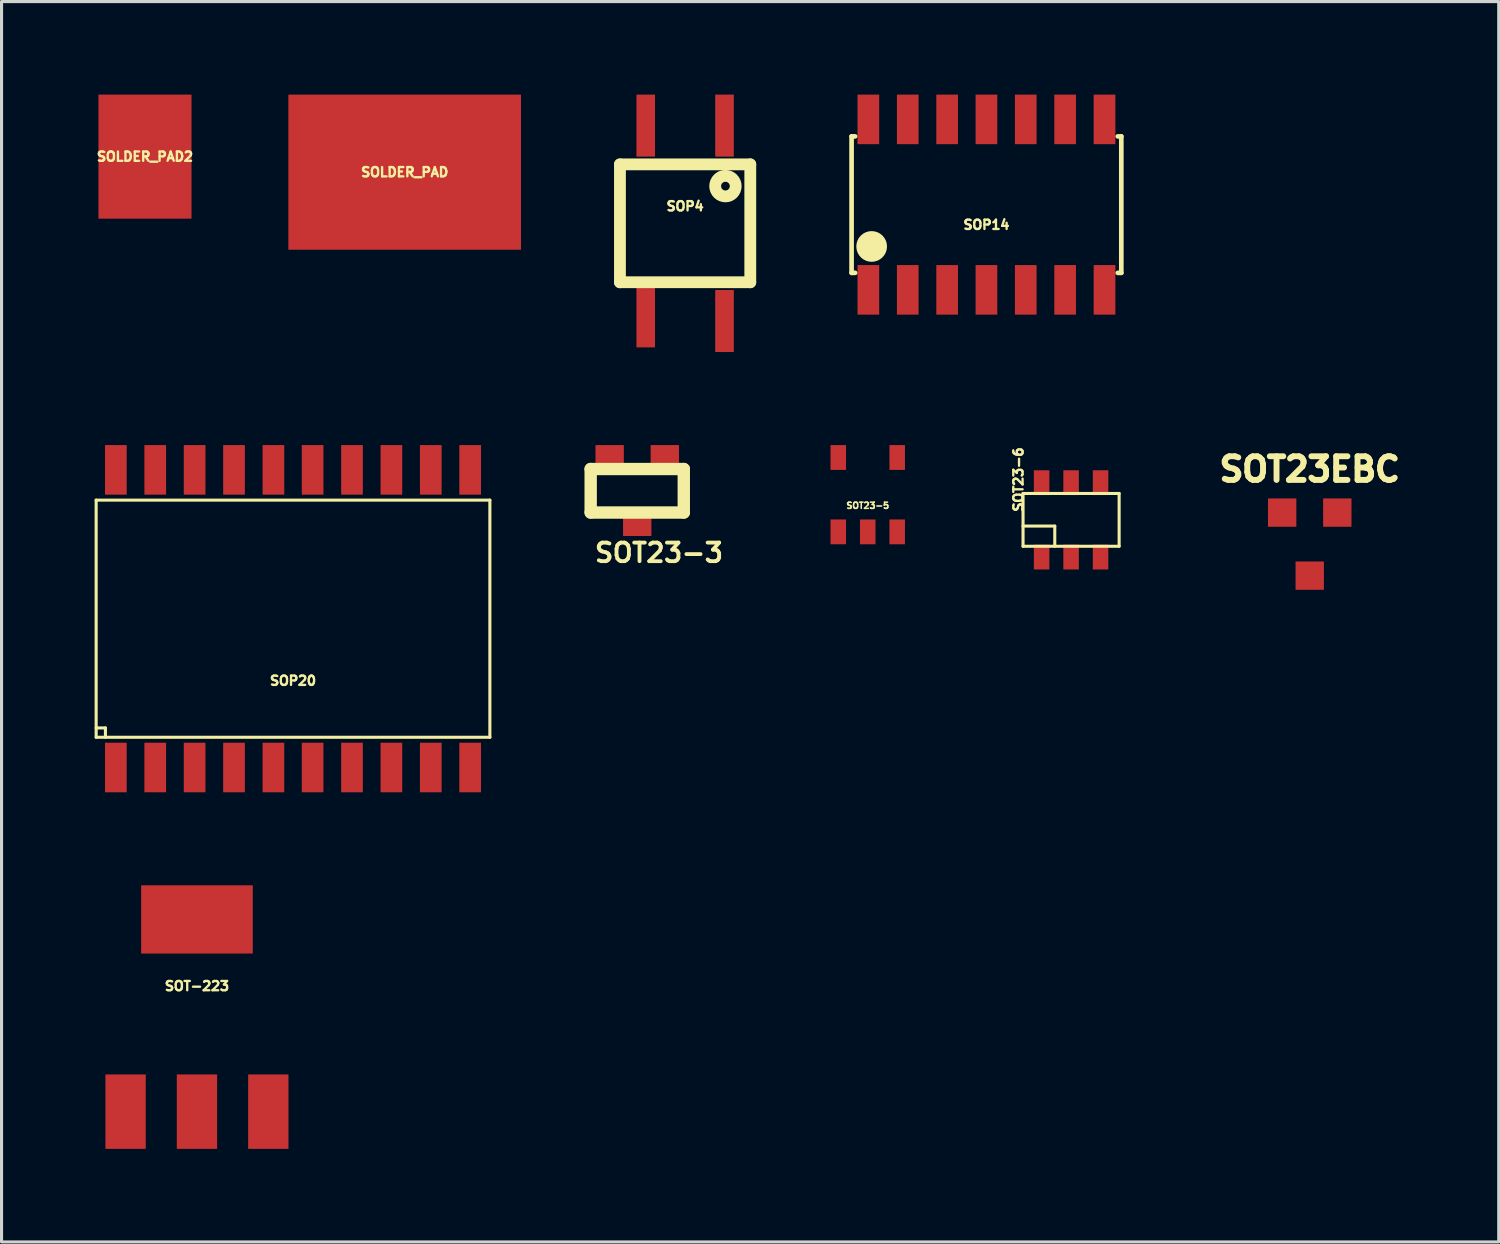
<source format=kicad_pcb>
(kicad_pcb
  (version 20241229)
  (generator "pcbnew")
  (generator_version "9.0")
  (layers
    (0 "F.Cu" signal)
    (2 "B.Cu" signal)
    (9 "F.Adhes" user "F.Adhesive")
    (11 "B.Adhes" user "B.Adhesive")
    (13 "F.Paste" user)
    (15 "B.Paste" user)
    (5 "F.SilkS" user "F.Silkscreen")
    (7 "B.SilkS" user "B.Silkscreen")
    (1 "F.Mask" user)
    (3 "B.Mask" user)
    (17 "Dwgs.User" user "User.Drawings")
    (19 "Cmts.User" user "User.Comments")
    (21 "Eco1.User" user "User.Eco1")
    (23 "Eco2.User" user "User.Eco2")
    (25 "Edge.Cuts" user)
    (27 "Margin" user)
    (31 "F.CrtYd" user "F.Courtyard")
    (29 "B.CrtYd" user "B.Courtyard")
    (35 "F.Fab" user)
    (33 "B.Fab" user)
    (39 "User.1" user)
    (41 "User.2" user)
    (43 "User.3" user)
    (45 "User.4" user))
  (footprint "SOP14"
    (layer "F.Cu")
    (at 28.754 3.547)
    (property "Reference" "SOP14" (at 0 0.65 0) (layer "F.SilkS") (effects (font (size 0.3 0.3) (thickness 0.076))))
    (attr through_hole)
    (fp_line (start -4.348 -2.2) (end -4.348 2.2) (stroke (width 0.15) (type solid)) (layer "F.SilkS"))
    (fp_line (start -4.348 -2.2) (end -4.234 -2.2) (stroke (width 0.15) (type solid)) (layer "F.SilkS"))
    (fp_line (start -4.348 2.2) (end -4.234 2.2) (stroke (width 0.15) (type solid)) (layer "F.SilkS"))
    (fp_line (start -3.701 1.346) (end -3.701 1.346) (stroke (width 0.3) (type solid)) (layer "F.SilkS"))
    (fp_line (start 4.234 -2.2) (end 4.348 -2.2) (stroke (width 0.15) (type solid)) (layer "F.SilkS"))
    (fp_line (start 4.234 2.2) (end 4.348 2.2) (stroke (width 0.15) (type solid)) (layer "F.SilkS"))
    (fp_line (start 4.348 -2.2) (end 4.348 2.2) (stroke (width 0.15) (type solid)) (layer "F.SilkS"))
    (fp_circle (center -3.701 1.349) (end -3.599 1.4) (stroke (width 0.381) (type solid)) (fill no) (layer "F.SilkS"))
    (fp_circle (center -3.701 1.349) (end -3.5 1.45) (stroke (width 0.381) (type solid)) (fill no) (layer "F.SilkS"))
    (pad "1" smd rect (at -3.807 2.748 180) (size 0.699 1.598) (layers "F.Cu" "F.Mask" "F.Paste"))
    (pad "2" smd rect (at -2.537 2.748 180) (size 0.699 1.598) (layers "F.Cu" "F.Mask" "F.Paste"))
    (pad "3" smd rect (at -1.267 2.748 180) (size 0.699 1.598) (layers "F.Cu" "F.Mask" "F.Paste"))
    (pad "4" smd rect (at 0 2.748 180) (size 0.699 1.598) (layers "F.Cu" "F.Mask" "F.Paste"))
    (pad "5" smd rect (at 1.267 2.748 180) (size 0.699 1.598) (layers "F.Cu" "F.Mask" "F.Paste"))
    (pad "6" smd rect (at 2.537 2.748 180) (size 0.699 1.598) (layers "F.Cu" "F.Mask" "F.Paste"))
    (pad "7" smd rect (at 3.807 2.748 180) (size 0.699 1.598) (layers "F.Cu" "F.Mask" "F.Paste"))
    (pad "8" smd rect (at 3.807 -2.748) (size 0.699 1.598) (layers "F.Cu" "F.Mask" "F.Paste"))
    (pad "9" smd rect (at 2.537 -2.748) (size 0.699 1.598) (layers "F.Cu" "F.Mask" "F.Paste"))
    (pad "10" smd rect (at 1.267 -2.748) (size 0.699 1.598) (layers "F.Cu" "F.Mask" "F.Paste"))
    (pad "11" smd rect (at 0 -2.748) (size 0.699 1.598) (layers "F.Cu" "F.Mask" "F.Paste"))
    (pad "12" smd rect (at -1.267 -2.748) (size 0.699 1.598) (layers "F.Cu" "F.Mask" "F.Paste"))
    (pad "13" smd rect (at -2.537 -2.748) (size 0.699 1.598) (layers "F.Cu" "F.Mask" "F.Paste"))
    (pad "14" smd rect (at -3.807 -2.748) (size 0.699 1.598) (layers "F.Cu" "F.Mask" "F.Paste")))
  (footprint "SOT23-6"
    (layer "F.Cu")
    (at 31.483 13.711)
    (property "Reference" "SOT23-6" (at -1.699 -1.3 90) (layer "F.SilkS") (effects (font (size 0.3 0.3) (thickness 0.076))))
    (attr through_hole)
    (fp_line (start -1.549 -0.851) (end 1.549 -0.851) (stroke (width 0.099) (type solid)) (layer "F.SilkS"))
    (fp_line (start -1.549 0.201) (end -0.526 0.201) (stroke (width 0.099) (type solid)) (layer "F.SilkS"))
    (fp_line (start -1.549 0.851) (end -1.549 -0.851) (stroke (width 0.099) (type solid)) (layer "F.SilkS"))
    (fp_line (start -0.526 0.201) (end -0.526 0.851) (stroke (width 0.099) (type solid)) (layer "F.SilkS"))
    (fp_line (start 1.549 -0.851) (end 1.549 0.851) (stroke (width 0.099) (type solid)) (layer "F.SilkS"))
    (fp_line (start 1.549 0.851) (end -1.549 0.851) (stroke (width 0.099) (type solid)) (layer "F.SilkS"))
    (pad "1" smd rect (at -0.95 1.199) (size 0.5 0.8) (layers "F.Cu" "F.Mask" "F.Paste"))
    (pad "2" smd rect (at 0 1.199) (size 0.5 0.8) (layers "F.Cu" "F.Mask" "F.Paste"))
    (pad "3" smd rect (at 0.95 1.199) (size 0.5 0.8) (layers "F.Cu" "F.Mask" "F.Paste"))
    (pad "4" smd rect (at 0.95 -1.199) (size 0.5 0.8) (layers "F.Cu" "F.Mask" "F.Paste"))
    (pad "5" smd rect (at 0 -1.199) (size 0.5 0.8) (layers "F.Cu" "F.Mask" "F.Paste"))
    (pad "6" smd rect (at -0.95 -1.199) (size 0.5 0.8) (layers "F.Cu" "F.Mask" "F.Paste")))
  (footprint "SOT23-3"
    (layer "F.Cu")
    (at 17.495 12.773)
    (property "Reference" "SOT23-3" (at 0.701 1.999 0) (layer "F.SilkS") (effects (font (size 0.599 0.599) (thickness 0.124))))
    (attr through_hole)
    (fp_line (start -1.501 -0.701) (end 1.501 -0.701) (stroke (width 0.399) (type solid)) (layer "F.SilkS"))
    (fp_line (start -1.501 0.701) (end -1.501 -0.701) (stroke (width 0.399) (type solid)) (layer "F.SilkS"))
    (fp_line (start 1.501 -0.701) (end 1.501 0.701) (stroke (width 0.399) (type solid)) (layer "F.SilkS"))
    (fp_line (start 1.501 0.701) (end -1.501 0.701) (stroke (width 0.399) (type solid)) (layer "F.SilkS"))
    (pad "1" smd rect (at 0.889 -1.016) (size 0.914 0.914) (layers "F.Cu" "F.Mask" "F.Paste"))
    (pad "2" smd rect (at -0.889 -1.016) (size 0.914 0.914) (layers "F.Cu" "F.Mask" "F.Paste"))
    (pad "3" smd rect (at 0 1.001) (size 0.914 0.914) (layers "F.Cu" "F.Mask" "F.Paste")))
  (footprint "SOT23-5"
    (layer "F.Cu")
    (at 24.927 12.899)
    (property "Reference" "SOT23-5" (at 0 0.351 0) (layer "F.SilkS") (effects (font (size 0.2 0.2) (thickness 0.05))))
    (attr smd)
    (fp_line (start -1.549 -0.851) (end 1.549 -0.851) (stroke (width 0.001) (type solid)) (layer "F.SilkS"))
    (fp_line (start -1.549 0.851) (end -1.549 -0.851) (stroke (width 0.001) (type solid)) (layer "F.SilkS"))
    (fp_line (start 1.549 -0.851) (end 1.549 0.851) (stroke (width 0.001) (type solid)) (layer "F.SilkS"))
    (fp_line (start 1.549 0.851) (end -1.549 0.851) (stroke (width 0.001) (type solid)) (layer "F.SilkS"))
    (pad "1" smd rect (at -0.95 1.199) (size 0.5 0.8) (layers "F.Cu" "F.Mask" "F.Paste"))
    (pad "2" smd rect (at 0 1.199) (size 0.5 0.8) (layers "F.Cu" "F.Mask" "F.Paste"))
    (pad "3" smd rect (at 0.95 1.199) (size 0.5 0.8) (layers "F.Cu" "F.Mask" "F.Paste"))
    (pad "4" smd rect (at 0.95 -1.199) (size 0.5 0.8) (layers "F.Cu" "F.Mask" "F.Paste"))
    (pad "5" smd rect (at -0.95 -1.199) (size 0.5 0.8) (layers "F.Cu" "F.Mask" "F.Paste")))
  (footprint "SOT23EBC"
    (layer "F.Cu")
    (at 39.177 14.493)
    (property "Reference" "SOT23EBC" (at 0 -2.413 0) (layer "F.SilkS") (effects (font (size 0.762 0.762) (thickness 0.203))))
    (attr smd)
    (fp_line (start -1.524 -0.381) (end 1.524 -0.381) (stroke (width 0.001) (type solid)) (layer "F.SilkS"))
    (fp_line (start -1.524 0.381) (end -1.524 -0.381) (stroke (width 0.001) (type solid)) (layer "F.SilkS"))
    (fp_line (start 1.524 -0.381) (end 1.524 0.381) (stroke (width 0.001) (type solid)) (layer "F.SilkS"))
    (fp_line (start 1.524 0.381) (end -1.524 0.381) (stroke (width 0.001) (type solid)) (layer "F.SilkS"))
    (pad "1" smd rect (at -0.889 -1.016) (size 0.914 0.914) (layers "F.Cu" "F.Mask" "F.Paste"))
    (pad "2" smd rect (at 0.889 -1.016) (size 0.914 0.914) (layers "F.Cu" "F.Mask" "F.Paste"))
    (pad "3" smd rect (at 0 1.016) (size 0.914 0.914) (layers "F.Cu" "F.Mask" "F.Paste")))
  (footprint "SOLDER_PAD2"
    (layer "F.Cu")
    (at 1.624 2)
    (property "Reference" "SOLDER_PAD2" (at 0 0 0) (layer "F.SilkS") (effects (font (size 0.3 0.3) (thickness 0.076))))
    (attr through_hole)
    (pad "1" smd rect (at 0 0) (size 3 4) (layers "F.Cu" "F.Mask" "F.Paste")))
  (footprint "SOP20"
    (layer "F.Cu")
    (at 6.397 16.897)
    (property "Reference" "SOP20" (at 0 2 0) (layer "F.SilkS") (effects (font (size 0.3 0.3) (thickness 0.075))))
    (attr through_hole)
    (fp_line (start -6.347 -3.823) (end -6.347 3.823) (stroke (width 0.099) (type solid)) (layer "F.SilkS"))
    (fp_line (start -6.347 -3.823) (end 6.347 -3.823) (stroke (width 0.099) (type solid)) (layer "F.SilkS"))
    (fp_line (start -6.347 3.523) (end -6.048 3.523) (stroke (width 0.099) (type solid)) (layer "F.SilkS"))
    (fp_line (start -6.347 3.823) (end 6.347 3.823) (stroke (width 0.099) (type solid)) (layer "F.SilkS"))
    (fp_line (start -6.048 3.523) (end -6.048 3.823) (stroke (width 0.099) (type solid)) (layer "F.SilkS"))
    (fp_line (start 6.347 -3.823) (end 6.347 3.823) (stroke (width 0.099) (type solid)) (layer "F.SilkS"))
    (pad "1" smd rect (at -5.712 4.798 180) (size 0.699 1.598) (layers "F.Cu" "F.Mask" "F.Paste"))
    (pad "2" smd rect (at -4.442 4.798 180) (size 0.699 1.598) (layers "F.Cu" "F.Mask" "F.Paste"))
    (pad "3" smd rect (at -3.172 4.798 180) (size 0.699 1.598) (layers "F.Cu" "F.Mask" "F.Paste"))
    (pad "4" smd rect (at -1.902 4.798 180) (size 0.699 1.598) (layers "F.Cu" "F.Mask" "F.Paste"))
    (pad "5" smd rect (at -0.632 4.798 180) (size 0.699 1.598) (layers "F.Cu" "F.Mask" "F.Paste"))
    (pad "6" smd rect (at 0.632 4.798 180) (size 0.699 1.598) (layers "F.Cu" "F.Mask" "F.Paste"))
    (pad "7" smd rect (at 1.902 4.798 180) (size 0.699 1.598) (layers "F.Cu" "F.Mask" "F.Paste"))
    (pad "8" smd rect (at 3.172 4.798 180) (size 0.699 1.598) (layers "F.Cu" "F.Mask" "F.Paste"))
    (pad "9" smd rect (at 4.442 4.798 180) (size 0.699 1.598) (layers "F.Cu" "F.Mask" "F.Paste"))
    (pad "10" smd rect (at 5.712 4.798 180) (size 0.699 1.598) (layers "F.Cu" "F.Mask" "F.Paste"))
    (pad "11" smd rect (at 5.712 -4.798) (size 0.699 1.598) (layers "F.Cu" "F.Mask" "F.Paste"))
    (pad "12" smd rect (at 4.442 -4.798) (size 0.699 1.598) (layers "F.Cu" "F.Mask" "F.Paste"))
    (pad "13" smd rect (at 3.172 -4.798) (size 0.699 1.598) (layers "F.Cu" "F.Mask" "F.Paste"))
    (pad "14" smd rect (at 1.902 -4.798) (size 0.699 1.598) (layers "F.Cu" "F.Mask" "F.Paste"))
    (pad "15" smd rect (at 0.632 -4.798) (size 0.699 1.598) (layers "F.Cu" "F.Mask" "F.Paste"))
    (pad "16" smd rect (at -0.632 -4.798) (size 0.699 1.598) (layers "F.Cu" "F.Mask" "F.Paste"))
    (pad "17" smd rect (at -1.902 -4.798) (size 0.699 1.598) (layers "F.Cu" "F.Mask" "F.Paste"))
    (pad "18" smd rect (at -3.172 -4.798) (size 0.699 1.598) (layers "F.Cu" "F.Mask" "F.Paste"))
    (pad "19" smd rect (at -4.442 -4.798) (size 0.699 1.598) (layers "F.Cu" "F.Mask" "F.Paste"))
    (pad "20" smd rect (at -5.712 -4.798) (size 0.699 1.598) (layers "F.Cu" "F.Mask" "F.Paste")))
  (footprint "SOP4"
    (layer "F.Cu")
    (at 19.039 4.15)
    (property "Reference" "SOP4" (at 0 -0.551 0) (layer "F.SilkS") (effects (font (size 0.3 0.3) (thickness 0.076))))
    (attr smd)
    (fp_line (start -2.101 -1.9) (end 2.101 -1.9) (stroke (width 0.381) (type solid)) (layer "F.SilkS"))
    (fp_line (start -2.101 1.9) (end -2.101 -1.9) (stroke (width 0.381) (type solid)) (layer "F.SilkS"))
    (fp_line (start -2.101 1.9) (end 2.101 1.9) (stroke (width 0.381) (type solid)) (layer "F.SilkS"))
    (fp_line (start 2.101 1.9) (end 2.101 -1.9) (stroke (width 0.381) (type solid)) (layer "F.SilkS"))
    (fp_circle (center 1.3 -1.199) (end 1.4 -1.1) (stroke (width 0.381) (type solid)) (fill no) (layer "F.SilkS"))
    (pad "1" smd rect (at 1.27 -3.15) (size 0.599 2) (layers "F.Cu" "F.Mask" "F.Paste"))
    (pad "2" smd rect (at -1.27 -3.15) (size 0.599 2) (layers "F.Cu" "F.Mask" "F.Paste"))
    (pad "3" smd rect (at -1.27 3) (size 0.599 2) (layers "F.Cu" "F.Mask" "F.Paste"))
    (pad "4" smd rect (at 1.27 3.15) (size 0.599 2) (layers "F.Cu" "F.Mask" "F.Paste")))
  (footprint "SOT-223"
    (layer "F.Cu")
    (at 3.3 29.692)
    (property "Reference" "SOT-223" (at 0 -0.95 0) (layer "F.SilkS") (effects (font (size 0.3 0.3) (thickness 0.076))))
    (attr through_hole)
    (fp_line (start -3.299 -1.699) (end 3.299 -1.699) (stroke (width 0.001) (type solid)) (layer "F.SilkS"))
    (fp_line (start -3.299 1.699) (end -3.299 -1.699) (stroke (width 0.001) (type solid)) (layer "F.SilkS"))
    (fp_line (start 3.299 -1.699) (end 3.299 1.699) (stroke (width 0.001) (type solid)) (layer "F.SilkS"))
    (fp_line (start 3.299 1.699) (end -3.299 1.699) (stroke (width 0.001) (type solid)) (layer "F.SilkS"))
    (pad "1" smd rect (at -2.301 3.099) (size 1.3 2.4) (layers "F.Cu" "F.Mask" "F.Paste"))
    (pad "2" smd rect (at 0 -3.099) (size 3.599 2.2) (layers "F.Cu" "F.Mask" "F.Paste"))
    (pad "2" smd rect (at 0 3.099) (size 1.3 2.4) (layers "F.Cu" "F.Mask" "F.Paste"))
    (pad "3" smd rect (at 2.301 3.099) (size 1.3 2.4) (layers "F.Cu" "F.Mask" "F.Paste")))
  (footprint "SOLDER_PAD"
    (layer "F.Cu")
    (at 9.998 2.501)
    (property "Reference" "SOLDER_PAD" (at 0 0 0) (layer "F.SilkS") (effects (font (size 0.3 0.3) (thickness 0.076))))
    (attr through_hole)
    (pad "1" smd rect (at 0 0) (size 7.501 5.001) (layers "F.Cu" "F.Mask" "F.Paste")))
  (gr_rect
    (start -3 -3)
    (end 45.271 36.991)
    (stroke (width 0.1) (type default))
    (fill no)
    (layer "Edge.Cuts")))
</source>
